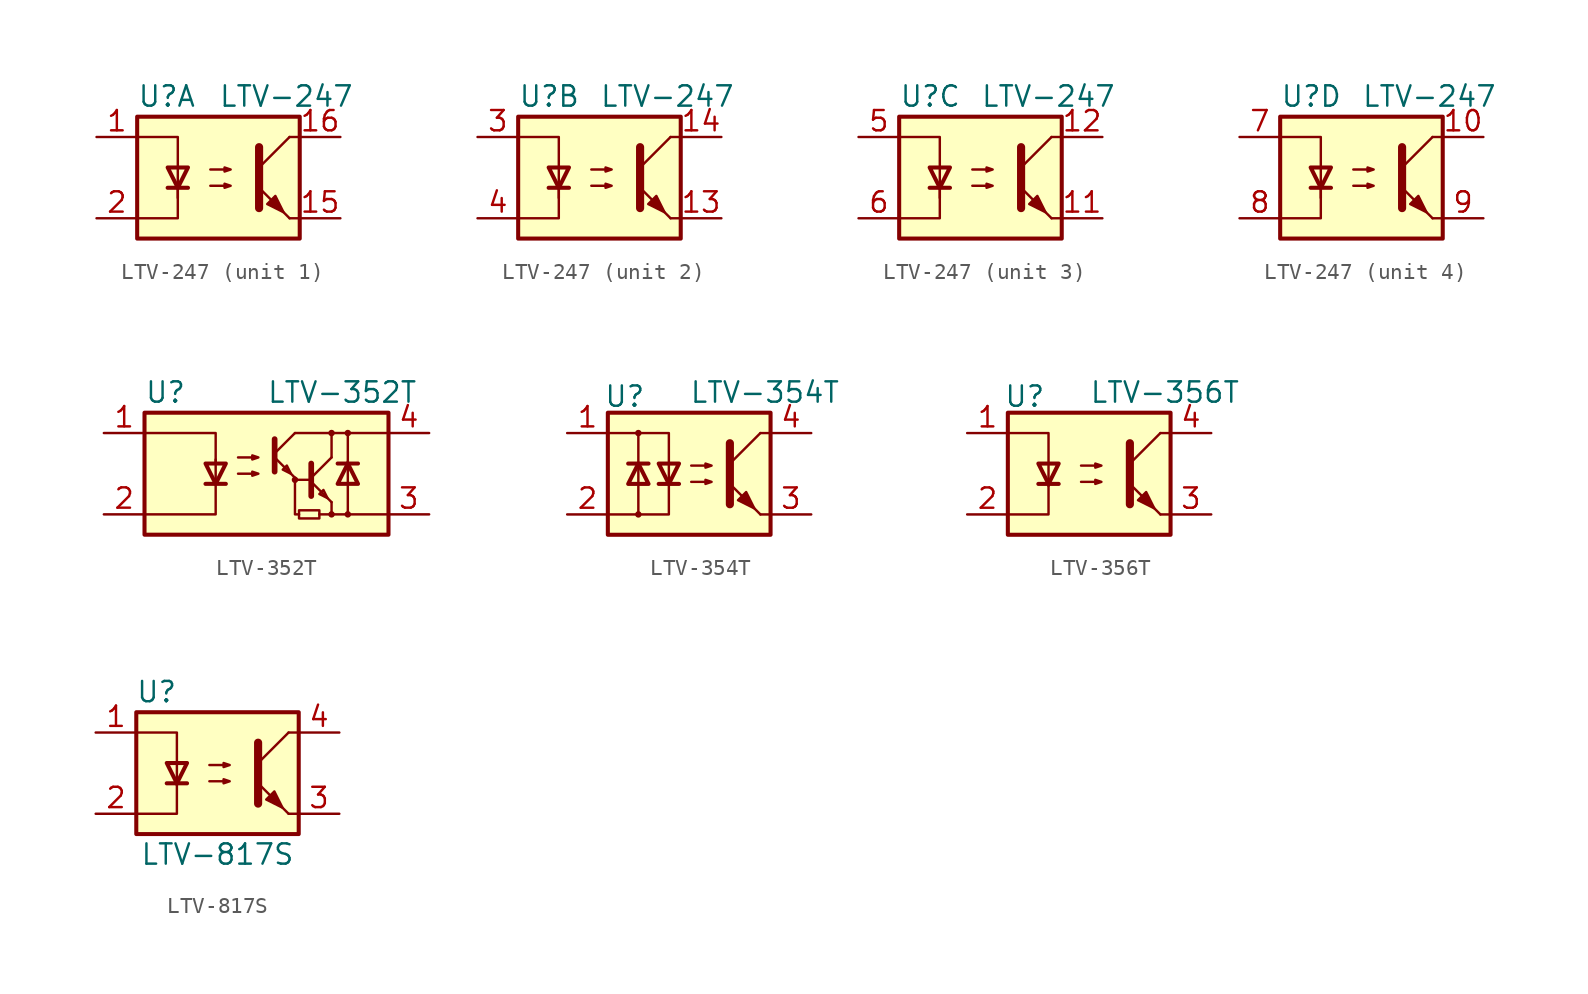
<source format=kicad_sym>
(kicad_symbol_lib
  (version 20201005)
  (generator kicad_symbol_editor)
  (symbol "LTV-247"
    (property "Reference" "U"
      (at -5.08 5.08 0)
      (effects (font (size 1.27 1.27)) (justify left)))
    (property "Value" "LTV-247"
      (at 0 5.08 0)
      (effects (font (size 1.27 1.27)) (justify left)))
    (symbol "LTV-247_0_1"
      (rectangle (start -5.08 3.81) (end 5.08 -3.81) (stroke (width 0.254)) (fill (type background)))
      (polyline (pts (xy -3.175 -0.635) (xy -1.905 -0.635)) (stroke (width 0.254)) (fill (type none)))
      (polyline (pts (xy 2.54 0.635) (xy 4.445 2.54)) (stroke (width 0)) (fill (type none)))
      (polyline (pts (xy 4.445 -2.54) (xy 2.54 -0.635)) (stroke (width 0)) (fill (type outline)))
      (polyline (pts (xy 4.445 -2.54) (xy 5.08 -2.54)) (stroke (width 0)) (fill (type none)))
      (polyline (pts (xy 4.445 2.54) (xy 5.08 2.54)) (stroke (width 0)) (fill (type none)))
      (polyline (pts (xy -2.54 -0.635) (xy -2.54 -2.54) (xy -5.08 -2.54)) (stroke (width 0)) (fill (type none)))
      (polyline (pts (xy 2.54 1.905) (xy 2.54 -1.905) (xy 2.54 -1.905)) (stroke (width 0.508)) (fill (type none)))
      (polyline (pts (xy -5.08 2.54) (xy -2.54 2.54) (xy -2.54 -1.27) (xy -2.54 0.635)) (stroke (width 0)) (fill (type none)))
      (polyline (pts (xy -2.54 -0.635) (xy -3.175 0.635) (xy -1.905 0.635) (xy -2.54 -0.635)) (stroke (width 0.254)) (fill (type none)))
      (polyline (pts (xy -0.508 -0.508) (xy 0.762 -0.508) (xy 0.381 -0.635) (xy 0.381 -0.381) (xy 0.762 -0.508)) (stroke (width 0)) (fill (type none)))
      (polyline (pts (xy -0.508 0.508) (xy 0.762 0.508) (xy 0.381 0.381) (xy 0.381 0.635) (xy 0.762 0.508)) (stroke (width 0)) (fill (type none)))
      (polyline (pts (xy 3.048 -1.651) (xy 3.556 -1.143) (xy 4.064 -2.159) (xy 3.048 -1.651) (xy 3.048 -1.651)) (stroke (width 0)) (fill (type outline))))
    (symbol "LTV-247_1_1"
      (pin passive line (at -7.62 2.54 0) (length 2.54) (name "~" (effects (font (size 1.27 1.27)))) (number "1" (effects (font (size 1.27 1.27)))))
      (pin passive line (at 7.62 -2.54 180) (length 2.54) (name "~" (effects (font (size 1.27 1.27)))) (number "15" (effects (font (size 1.27 1.27)))))
      (pin passive line (at 7.62 2.54 180) (length 2.54) (name "~" (effects (font (size 1.27 1.27)))) (number "16" (effects (font (size 1.27 1.27)))))
      (pin passive line (at -7.62 -2.54 0) (length 2.54) (name "~" (effects (font (size 1.27 1.27)))) (number "2" (effects (font (size 1.27 1.27))))))
    (symbol "LTV-247_2_1"
      (pin passive line (at 7.62 -2.54 180) (length 2.54) (name "~" (effects (font (size 1.27 1.27)))) (number "13" (effects (font (size 1.27 1.27)))))
      (pin passive line (at 7.62 2.54 180) (length 2.54) (name "~" (effects (font (size 1.27 1.27)))) (number "14" (effects (font (size 1.27 1.27)))))
      (pin passive line (at -7.62 2.54 0) (length 2.54) (name "~" (effects (font (size 1.27 1.27)))) (number "3" (effects (font (size 1.27 1.27)))))
      (pin passive line (at -7.62 -2.54 0) (length 2.54) (name "~" (effects (font (size 1.27 1.27)))) (number "4" (effects (font (size 1.27 1.27))))))
    (symbol "LTV-247_3_1"
      (pin passive line (at 7.62 -2.54 180) (length 2.54) (name "~" (effects (font (size 1.27 1.27)))) (number "11" (effects (font (size 1.27 1.27)))))
      (pin passive line (at 7.62 2.54 180) (length 2.54) (name "~" (effects (font (size 1.27 1.27)))) (number "12" (effects (font (size 1.27 1.27)))))
      (pin passive line (at -7.62 2.54 0) (length 2.54) (name "~" (effects (font (size 1.27 1.27)))) (number "5" (effects (font (size 1.27 1.27)))))
      (pin passive line (at -7.62 -2.54 0) (length 2.54) (name "~" (effects (font (size 1.27 1.27)))) (number "6" (effects (font (size 1.27 1.27))))))
    (symbol "LTV-247_4_1"
      (pin passive line (at 7.62 2.54 180) (length 2.54) (name "~" (effects (font (size 1.27 1.27)))) (number "10" (effects (font (size 1.27 1.27)))))
      (pin passive line (at -7.62 2.54 0) (length 2.54) (name "~" (effects (font (size 1.27 1.27)))) (number "7" (effects (font (size 1.27 1.27)))))
      (pin passive line (at -7.62 -2.54 0) (length 2.54) (name "~" (effects (font (size 1.27 1.27)))) (number "8" (effects (font (size 1.27 1.27)))))
      (pin passive line (at 7.62 -2.54 180) (length 2.54) (name "~" (effects (font (size 1.27 1.27)))) (number "9" (effects (font (size 1.27 1.27)))))))
  (symbol "LTV-352T"
    (pin_names
      (offset 1.016))
    (property "Reference" "U"
      (at -7.62 5.08 0)
      (effects (font (size 1.27 1.27)) (justify left)))
    (property "Value" "LTV-352T"
      (at 0 5.08 0)
      (effects (font (size 1.27 1.27)) (justify left)))
    (symbol "LTV-352T_0_0"
      (rectangle (start 2.032 -2.286) (end 3.302 -2.794) (stroke (width 0)) (fill (type none)))
      (polyline (pts (xy 4.064 -2.54) (xy 3.302 -2.54)) (stroke (width 0)) (fill (type none)))
      (polyline (pts (xy 1.778 -0.254) (xy 1.778 -2.54) (xy 2.032 -2.54)) (stroke (width 0)) (fill (type none))))
    (symbol "LTV-352T_0_1"
      (circle (center 1.778 -0.381) (radius 0.127) (stroke (width 0)) (fill (type none)))
      (circle (center 4.064 -2.54) (radius 0.127) (stroke (width 0)) (fill (type none)))
      (circle (center 4.064 2.54) (radius 0.127) (stroke (width 0)) (fill (type none)))
      (circle (center 5.08 -2.54) (radius 0.127) (stroke (width 0)) (fill (type none)))
      (circle (center 5.08 2.54) (radius 0.127) (stroke (width 0)) (fill (type none)))
      (rectangle (start -7.62 3.81) (end 7.62 -3.81) (stroke (width 0.254)) (fill (type background)))
      (polyline (pts (xy -3.81 -0.635) (xy -2.54 -0.635)) (stroke (width 0.254)) (fill (type none)))
      (polyline (pts (xy 0.508 1.016) (xy 1.778 -0.254)) (stroke (width 0)) (fill (type none)))
      (polyline (pts (xy 0.508 1.27) (xy 1.778 2.54)) (stroke (width 0)) (fill (type none)))
      (polyline (pts (xy 0.508 2.159) (xy 0.508 0.127)) (stroke (width 0.356)) (fill (type none)))
      (polyline (pts (xy 1.778 2.54) (xy 7.62 2.54)) (stroke (width 0)) (fill (type none)))
      (polyline (pts (xy 2.794 -0.508) (xy 4.064 -1.778)) (stroke (width 0)) (fill (type none)))
      (polyline (pts (xy 2.794 -0.381) (xy 1.778 -0.381)) (stroke (width 0)) (fill (type none)))
      (polyline (pts (xy 2.794 -0.254) (xy 4.064 1.016)) (stroke (width 0)) (fill (type none)))
      (polyline (pts (xy 4.064 -2.54) (xy 7.62 -2.54)) (stroke (width 0)) (fill (type none)))
      (polyline (pts (xy 4.064 -1.778) (xy 4.064 -2.54)) (stroke (width 0)) (fill (type none)))
      (polyline (pts (xy 4.064 1.016) (xy 4.064 2.54)) (stroke (width 0)) (fill (type none)))
      (polyline (pts (xy 4.445 0.635) (xy 5.715 0.635)) (stroke (width 0.254)) (fill (type none)))
      (polyline (pts (xy 5.08 0.635) (xy 5.08 2.54)) (stroke (width 0)) (fill (type none)))
      (polyline (pts (xy 5.08 0.762) (xy 5.08 -2.54)) (stroke (width 0)) (fill (type none)))
      (polyline (pts (xy -7.62 2.54) (xy -3.175 2.54) (xy -3.175 0.635)) (stroke (width 0)) (fill (type none)))
      (polyline (pts (xy -3.175 0.889) (xy -3.175 -2.54) (xy -7.62 -2.54)) (stroke (width 0)) (fill (type none)))
      (polyline (pts (xy 2.794 0.635) (xy 2.794 -1.397) (xy 2.794 -1.397)) (stroke (width 0.356)) (fill (type none)))
      (polyline (pts (xy -3.175 -0.635) (xy -3.81 0.635) (xy -2.54 0.635) (xy -3.175 -0.635)) (stroke (width 0.254)) (fill (type none)))
      (polyline (pts (xy 1.524 0) (xy 1.27 0.508) (xy 1.016 0.254) (xy 1.524 0)) (stroke (width 0)) (fill (type none)))
      (polyline (pts (xy 3.81 -1.524) (xy 3.556 -1.016) (xy 3.302 -1.27) (xy 3.81 -1.524)) (stroke (width 0)) (fill (type none)))
      (polyline (pts (xy 5.08 0.635) (xy 4.445 -0.635) (xy 5.715 -0.635) (xy 5.08 0.635)) (stroke (width 0.254)) (fill (type none)))
      (polyline (pts (xy -1.778 0) (xy -0.508 0) (xy -0.889 -0.127) (xy -0.889 0.127) (xy -0.508 0)) (stroke (width 0)) (fill (type none)))
      (polyline (pts (xy -1.778 1.016) (xy -0.508 1.016) (xy -0.889 0.889) (xy -0.889 1.143) (xy -0.508 1.016)) (stroke (width 0)) (fill (type none))))
    (symbol "LTV-352T_1_1"
      (pin passive line (at -10.16 2.54 0) (length 2.54) (name "~" (effects (font (size 1.27 1.27)))) (number "1" (effects (font (size 1.27 1.27)))))
      (pin passive line (at -10.16 -2.54 0) (length 2.54) (name "~" (effects (font (size 1.27 1.27)))) (number "2" (effects (font (size 1.27 1.27)))))
      (pin passive line (at 10.16 -2.54 180) (length 2.54) (name "~" (effects (font (size 1.27 1.27)))) (number "3" (effects (font (size 1.27 1.27)))))
      (pin passive line (at 10.16 2.54 180) (length 2.54) (name "~" (effects (font (size 1.27 1.27)))) (number "4" (effects (font (size 1.27 1.27)))))))
  (symbol "LTV-354T"
    (pin_names
      (offset 1.016))
    (property "Reference" "U"
      (at -5.334 4.826 0)
      (effects (font (size 1.27 1.27)) (justify left)))
    (property "Value" "LTV-354T"
      (at 0 5.08 0)
      (effects (font (size 1.27 1.27)) (justify left)))
    (symbol "LTV-354T_0_1"
      (circle (center -3.175 -2.54) (radius 0.127) (stroke (width 0)) (fill (type none)))
      (circle (center -3.175 2.54) (radius 0.127) (stroke (width 0)) (fill (type none)))
      (rectangle (start -5.08 3.81) (end 5.08 -3.81) (stroke (width 0.254)) (fill (type background)))
      (polyline (pts (xy -3.81 0.635) (xy -2.54 0.635)) (stroke (width 0.254)) (fill (type none)))
      (polyline (pts (xy -3.175 -0.635) (xy -3.175 -2.54)) (stroke (width 0)) (fill (type none)))
      (polyline (pts (xy -3.175 -0.635) (xy -3.175 2.54)) (stroke (width 0)) (fill (type none)))
      (polyline (pts (xy -1.905 -0.635) (xy -0.635 -0.635)) (stroke (width 0.254)) (fill (type none)))
      (polyline (pts (xy 2.54 0.635) (xy 4.445 2.54)) (stroke (width 0)) (fill (type none)))
      (polyline (pts (xy 4.445 -2.54) (xy 2.54 -0.635)) (stroke (width 0)) (fill (type outline)))
      (polyline (pts (xy 4.445 -2.54) (xy 5.08 -2.54)) (stroke (width 0)) (fill (type none)))
      (polyline (pts (xy 4.445 2.54) (xy 5.08 2.54)) (stroke (width 0)) (fill (type none)))
      (polyline (pts (xy -5.08 2.54) (xy -1.27 2.54) (xy -1.27 -0.635)) (stroke (width 0)) (fill (type none)))
      (polyline (pts (xy -1.27 -0.635) (xy -1.27 -2.54) (xy -5.08 -2.54)) (stroke (width 0)) (fill (type none)))
      (polyline (pts (xy 2.54 1.905) (xy 2.54 -1.905) (xy 2.54 -1.905)) (stroke (width 0.508)) (fill (type none)))
      (polyline (pts (xy -3.175 0.635) (xy -3.81 -0.635) (xy -2.54 -0.635) (xy -3.175 0.635)) (stroke (width 0.254)) (fill (type none)))
      (polyline (pts (xy -1.27 -0.635) (xy -1.905 0.635) (xy -0.635 0.635) (xy -1.27 -0.635)) (stroke (width 0.254)) (fill (type none)))
      (polyline (pts (xy 0.127 -0.508) (xy 1.397 -0.508) (xy 1.016 -0.635) (xy 1.016 -0.381) (xy 1.397 -0.508)) (stroke (width 0)) (fill (type none)))
      (polyline (pts (xy 0.127 0.508) (xy 1.397 0.508) (xy 1.016 0.381) (xy 1.016 0.635) (xy 1.397 0.508)) (stroke (width 0)) (fill (type none)))
      (polyline (pts (xy 3.048 -1.651) (xy 3.556 -1.143) (xy 4.064 -2.159) (xy 3.048 -1.651) (xy 3.048 -1.651)) (stroke (width 0)) (fill (type outline))))
    (symbol "LTV-354T_1_1"
      (pin passive line (at -7.62 2.54 0) (length 2.54) (name "~" (effects (font (size 1.27 1.27)))) (number "1" (effects (font (size 1.27 1.27)))))
      (pin passive line (at -7.62 -2.54 0) (length 2.54) (name "~" (effects (font (size 1.27 1.27)))) (number "2" (effects (font (size 1.27 1.27)))))
      (pin passive line (at 7.62 -2.54 180) (length 2.54) (name "~" (effects (font (size 1.27 1.27)))) (number "3" (effects (font (size 1.27 1.27)))))
      (pin passive line (at 7.62 2.54 180) (length 2.54) (name "~" (effects (font (size 1.27 1.27)))) (number "4" (effects (font (size 1.27 1.27)))))))
  (symbol "LTV-356T"
    (pin_names
      (offset 1.016))
    (property "Reference" "U"
      (at -5.334 4.826 0)
      (effects (font (size 1.27 1.27)) (justify left)))
    (property "Value" "LTV-356T"
      (at 0 5.08 0)
      (effects (font (size 1.27 1.27)) (justify left)))
    (symbol "LTV-356T_0_1"
      (rectangle (start -5.08 3.81) (end 5.08 -3.81) (stroke (width 0.254)) (fill (type background)))
      (polyline (pts (xy -3.175 -0.635) (xy -1.905 -0.635)) (stroke (width 0.254)) (fill (type none)))
      (polyline (pts (xy 2.54 0.635) (xy 4.445 2.54)) (stroke (width 0)) (fill (type none)))
      (polyline (pts (xy 4.445 -2.54) (xy 2.54 -0.635)) (stroke (width 0)) (fill (type outline)))
      (polyline (pts (xy 4.445 -2.54) (xy 5.08 -2.54)) (stroke (width 0)) (fill (type none)))
      (polyline (pts (xy 4.445 2.54) (xy 5.08 2.54)) (stroke (width 0)) (fill (type none)))
      (polyline (pts (xy -5.08 2.54) (xy -2.54 2.54) (xy -2.54 -0.762)) (stroke (width 0)) (fill (type none)))
      (polyline (pts (xy -2.54 -0.635) (xy -2.54 -2.54) (xy -5.08 -2.54)) (stroke (width 0)) (fill (type none)))
      (polyline (pts (xy 2.54 1.905) (xy 2.54 -1.905) (xy 2.54 -1.905)) (stroke (width 0.508)) (fill (type none)))
      (polyline (pts (xy -2.54 -0.635) (xy -3.175 0.635) (xy -1.905 0.635) (xy -2.54 -0.635)) (stroke (width 0.254)) (fill (type none)))
      (polyline (pts (xy -0.508 -0.508) (xy 0.762 -0.508) (xy 0.381 -0.635) (xy 0.381 -0.381) (xy 0.762 -0.508)) (stroke (width 0)) (fill (type none)))
      (polyline (pts (xy -0.508 0.508) (xy 0.762 0.508) (xy 0.381 0.381) (xy 0.381 0.635) (xy 0.762 0.508)) (stroke (width 0)) (fill (type none)))
      (polyline (pts (xy 3.048 -1.651) (xy 3.556 -1.143) (xy 4.064 -2.159) (xy 3.048 -1.651) (xy 3.048 -1.651)) (stroke (width 0)) (fill (type outline))))
    (symbol "LTV-356T_1_1"
      (pin passive line (at -7.62 2.54 0) (length 2.54) (name "~" (effects (font (size 1.27 1.27)))) (number "1" (effects (font (size 1.27 1.27)))))
      (pin passive line (at -7.62 -2.54 0) (length 2.54) (name "~" (effects (font (size 1.27 1.27)))) (number "2" (effects (font (size 1.27 1.27)))))
      (pin passive line (at 7.62 -2.54 180) (length 2.54) (name "~" (effects (font (size 1.27 1.27)))) (number "3" (effects (font (size 1.27 1.27)))))
      (pin passive line (at 7.62 2.54 180) (length 2.54) (name "~" (effects (font (size 1.27 1.27)))) (number "4" (effects (font (size 1.27 1.27)))))))
  (symbol "LTV-817S"
    (pin_names
      (offset 1.016))
    (property "Reference" "U"
      (at -3.81 5.08 0)
      (effects (font (size 1.27 1.27))))
    (property "Value" "LTV-817S"
      (at 0 -5.08 0)
      (effects (font (size 1.27 1.27))))
    (symbol "LTV-817S_1_1"
      (rectangle (start -5.08 3.81) (end 5.08 -3.81) (stroke (width 0.254)) (fill (type background)))
      (polyline (pts (xy -3.175 -0.635) (xy -1.905 -0.635)) (stroke (width 0.254)) (fill (type none)))
      (polyline (pts (xy 2.54 0.635) (xy 4.445 2.54)) (stroke (width 0)) (fill (type none)))
      (polyline (pts (xy 4.445 -2.54) (xy 2.54 -0.635)) (stroke (width 0)) (fill (type outline)))
      (polyline (pts (xy 4.445 -2.54) (xy 5.08 -2.54)) (stroke (width 0)) (fill (type none)))
      (polyline (pts (xy 4.445 2.54) (xy 5.08 2.54)) (stroke (width 0)) (fill (type none)))
      (polyline (pts (xy -5.08 2.54) (xy -2.54 2.54) (xy -2.54 -0.762)) (stroke (width 0)) (fill (type none)))
      (polyline (pts (xy -2.54 -0.635) (xy -2.54 -2.54) (xy -5.08 -2.54)) (stroke (width 0)) (fill (type none)))
      (polyline (pts (xy 2.54 1.905) (xy 2.54 -1.905) (xy 2.54 -1.905)) (stroke (width 0.508)) (fill (type none)))
      (polyline (pts (xy -2.54 -0.635) (xy -3.175 0.635) (xy -1.905 0.635) (xy -2.54 -0.635)) (stroke (width 0.254)) (fill (type none)))
      (polyline (pts (xy -0.508 -0.508) (xy 0.762 -0.508) (xy 0.381 -0.635) (xy 0.381 -0.381) (xy 0.762 -0.508)) (stroke (width 0)) (fill (type none)))
      (polyline (pts (xy -0.508 0.508) (xy 0.762 0.508) (xy 0.381 0.381) (xy 0.381 0.635) (xy 0.762 0.508)) (stroke (width 0)) (fill (type none)))
      (polyline (pts (xy 3.048 -1.651) (xy 3.556 -1.143) (xy 4.064 -2.159) (xy 3.048 -1.651) (xy 3.048 -1.651)) (stroke (width 0)) (fill (type outline)))
      (pin passive line (at -7.62 2.54 0) (length 2.54) (name "~" (effects (font (size 1.27 1.27)))) (number "1" (effects (font (size 1.27 1.27)))))
      (pin passive line (at -7.62 -2.54 0) (length 2.54) (name "~" (effects (font (size 1.27 1.27)))) (number "2" (effects (font (size 1.27 1.27)))))
      (pin passive line (at 7.62 -2.54 180) (length 2.54) (name "~" (effects (font (size 1.27 1.27)))) (number "3" (effects (font (size 1.27 1.27)))))
      (pin passive line (at 7.62 2.54 180) (length 2.54) (name "~" (effects (font (size 1.27 1.27)))) (number "4" (effects (font (size 1.27 1.27))))))))
</source>
